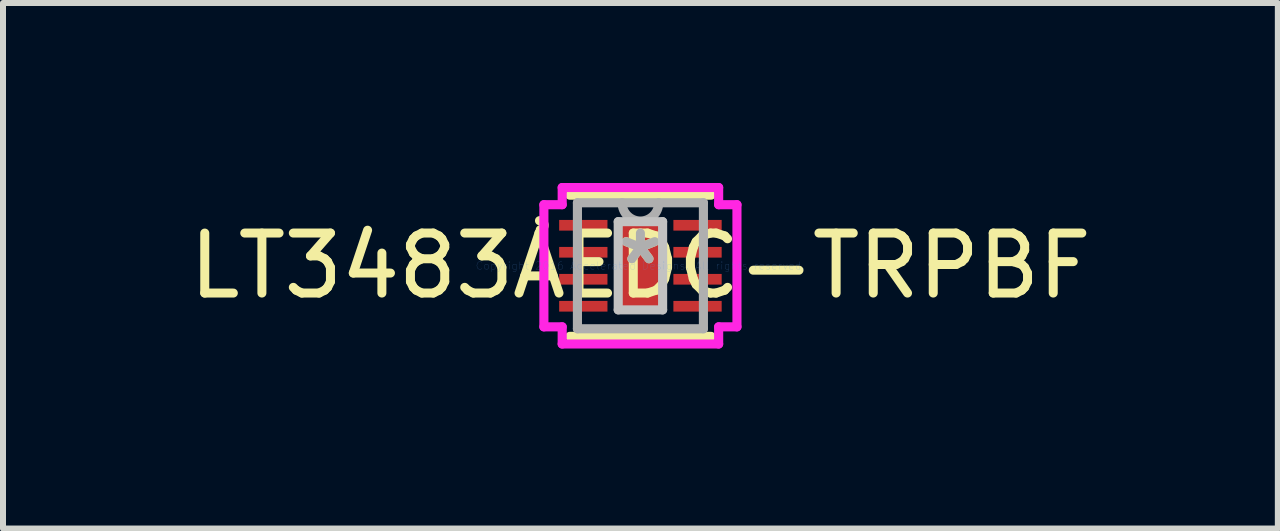
<source format=kicad_pcb>
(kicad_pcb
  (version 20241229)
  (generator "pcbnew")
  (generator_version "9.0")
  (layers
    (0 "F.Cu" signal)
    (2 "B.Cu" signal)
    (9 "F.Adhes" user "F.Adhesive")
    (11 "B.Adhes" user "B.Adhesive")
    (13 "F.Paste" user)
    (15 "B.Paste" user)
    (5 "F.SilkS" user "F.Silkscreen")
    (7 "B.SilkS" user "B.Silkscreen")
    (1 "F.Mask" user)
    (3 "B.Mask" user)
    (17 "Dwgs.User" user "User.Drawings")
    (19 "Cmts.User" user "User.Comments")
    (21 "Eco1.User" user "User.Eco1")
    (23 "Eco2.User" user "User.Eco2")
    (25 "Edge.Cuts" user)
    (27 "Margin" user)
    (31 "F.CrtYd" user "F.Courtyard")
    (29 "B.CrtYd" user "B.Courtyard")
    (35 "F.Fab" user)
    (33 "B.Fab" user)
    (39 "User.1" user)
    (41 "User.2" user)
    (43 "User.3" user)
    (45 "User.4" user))
  (footprint "LT3483AEDC-TRPBF"
    (layer "F.Cu")
    (at 7.625 1.38)
    (property "Reference" "LT3483AEDC-TRPBF" (at 0 0 0) (layer "F.SilkS") (effects (font (size 1 1) (thickness 0.15))))
    (attr through_hole)
    (fp_line (start -1.177 1.177) (end 1.177 1.177) (stroke (width 0.152) (type solid)) (layer "F.SilkS"))
    (fp_line (start 1.177 -1.177) (end -1.177 -1.177) (stroke (width 0.152) (type solid)) (layer "F.SilkS"))
    (fp_arc (start -1.6814 -0.7512) (mid -1.605448 -0.681141) (end -1.669158 -0.59979) (stroke (width 0.1524) (type solid)) (layer "F.SilkS"))
    (fp_line (start -0.37 -0.735) (end -0.37 0.735) (stroke (width 0.152) (type solid)) (layer "Dwgs.User"))
    (fp_line (start -0.37 0.735) (end 0.37 0.735) (stroke (width 0.152) (type solid)) (layer "Dwgs.User"))
    (fp_line (start 0.37 -0.735) (end -0.37 -0.735) (stroke (width 0.152) (type solid)) (layer "Dwgs.User"))
    (fp_line (start 0.37 0.735) (end 0.37 -0.735) (stroke (width 0.152) (type solid)) (layer "Dwgs.User"))
    (fp_line (start -1.609 -1.018) (end -1.304 -1.018) (stroke (width 0.152) (type solid)) (layer "F.CrtYd"))
    (fp_line (start -1.609 1.018) (end -1.609 -1.018) (stroke (width 0.152) (type solid)) (layer "F.CrtYd"))
    (fp_line (start -1.304 -1.304) (end 1.304 -1.304) (stroke (width 0.152) (type solid)) (layer "F.CrtYd"))
    (fp_line (start -1.304 -1.018) (end -1.304 -1.304) (stroke (width 0.152) (type solid)) (layer "F.CrtYd"))
    (fp_line (start -1.304 1.018) (end -1.609 1.018) (stroke (width 0.152) (type solid)) (layer "F.CrtYd"))
    (fp_line (start -1.304 1.304) (end -1.304 1.018) (stroke (width 0.152) (type solid)) (layer "F.CrtYd"))
    (fp_line (start 1.304 -1.304) (end 1.304 -1.018) (stroke (width 0.152) (type solid)) (layer "F.CrtYd"))
    (fp_line (start 1.304 -1.018) (end 1.609 -1.018) (stroke (width 0.152) (type solid)) (layer "F.CrtYd"))
    (fp_line (start 1.304 1.018) (end 1.304 1.304) (stroke (width 0.152) (type solid)) (layer "F.CrtYd"))
    (fp_line (start 1.304 1.304) (end -1.304 1.304) (stroke (width 0.152) (type solid)) (layer "F.CrtYd"))
    (fp_line (start 1.609 -1.018) (end 1.609 1.018) (stroke (width 0.152) (type solid)) (layer "F.CrtYd"))
    (fp_line (start 1.609 1.018) (end 1.304 1.018) (stroke (width 0.152) (type solid)) (layer "F.CrtYd"))
    (fp_line (start -1.05 -1.05) (end -1.05 1.05) (stroke (width 0.152) (type solid)) (layer "F.Fab"))
    (fp_line (start -1.05 1.05) (end 1.05 1.05) (stroke (width 0.152) (type solid)) (layer "F.Fab"))
    (fp_line (start 1.05 -1.05) (end -1.05 -1.05) (stroke (width 0.152) (type solid)) (layer "F.Fab"))
    (fp_line (start 1.05 1.05) (end 1.05 -1.05) (stroke (width 0.152) (type solid)) (layer "F.Fab"))
    (fp_arc (start 0.3048 -1.05) (mid 0 -0.7452) (end -0.3048 -1.05) (stroke (width 0.1524) (type solid)) (layer "F.Fab"))
    (fp_text user "*" (at 0 0 0) (layer "F.SilkS") (effects (font (size 1 1) (thickness 0.15))))
    (fp_text user "Copyright 2016 Accelerated Designs. All rights reserved." (at 0 0 0) (layer "Cmts.User") (effects (font (size 0.127 0.127) (thickness 0.002))))
    (fp_text user "*" (at 0 0 0) (layer "F.Fab") (effects (font (size 1 1) (thickness 0.15))))
    (pad "1" smd rect (at -0.952 -0.675) (size 0.805 0.178) (layers "F.Cu" "F.Mask" "F.Paste"))
    (pad "2" smd rect (at -0.952 -0.225) (size 0.805 0.178) (layers "F.Cu" "F.Mask" "F.Paste"))
    (pad "3" smd rect (at -0.952 0.225) (size 0.805 0.178) (layers "F.Cu" "F.Mask" "F.Paste"))
    (pad "4" smd rect (at -0.952 0.675) (size 0.805 0.178) (layers "F.Cu" "F.Mask" "F.Paste"))
    (pad "5" smd rect (at 0.952 0.675) (size 0.805 0.178) (layers "F.Cu" "F.Mask" "F.Paste"))
    (pad "6" smd rect (at 0.952 0.225) (size 0.805 0.178) (layers "F.Cu" "F.Mask" "F.Paste"))
    (pad "7" smd rect (at 0.952 -0.225) (size 0.805 0.178) (layers "F.Cu" "F.Mask" "F.Paste"))
    (pad "8" smd rect (at 0.952 -0.675) (size 0.805 0.178) (layers "F.Cu" "F.Mask" "F.Paste"))
    (pad "9" smd rect (at 0 0) (size 0.74 1.47) (layers "F.Cu" "F.Mask" "F.Paste")))
  (gr_rect
    (start -3 -3)
    (end 18.25 5.76)
    (stroke (width 0.1) (type default))
    (fill no)
    (layer "Edge.Cuts")))
</source>
